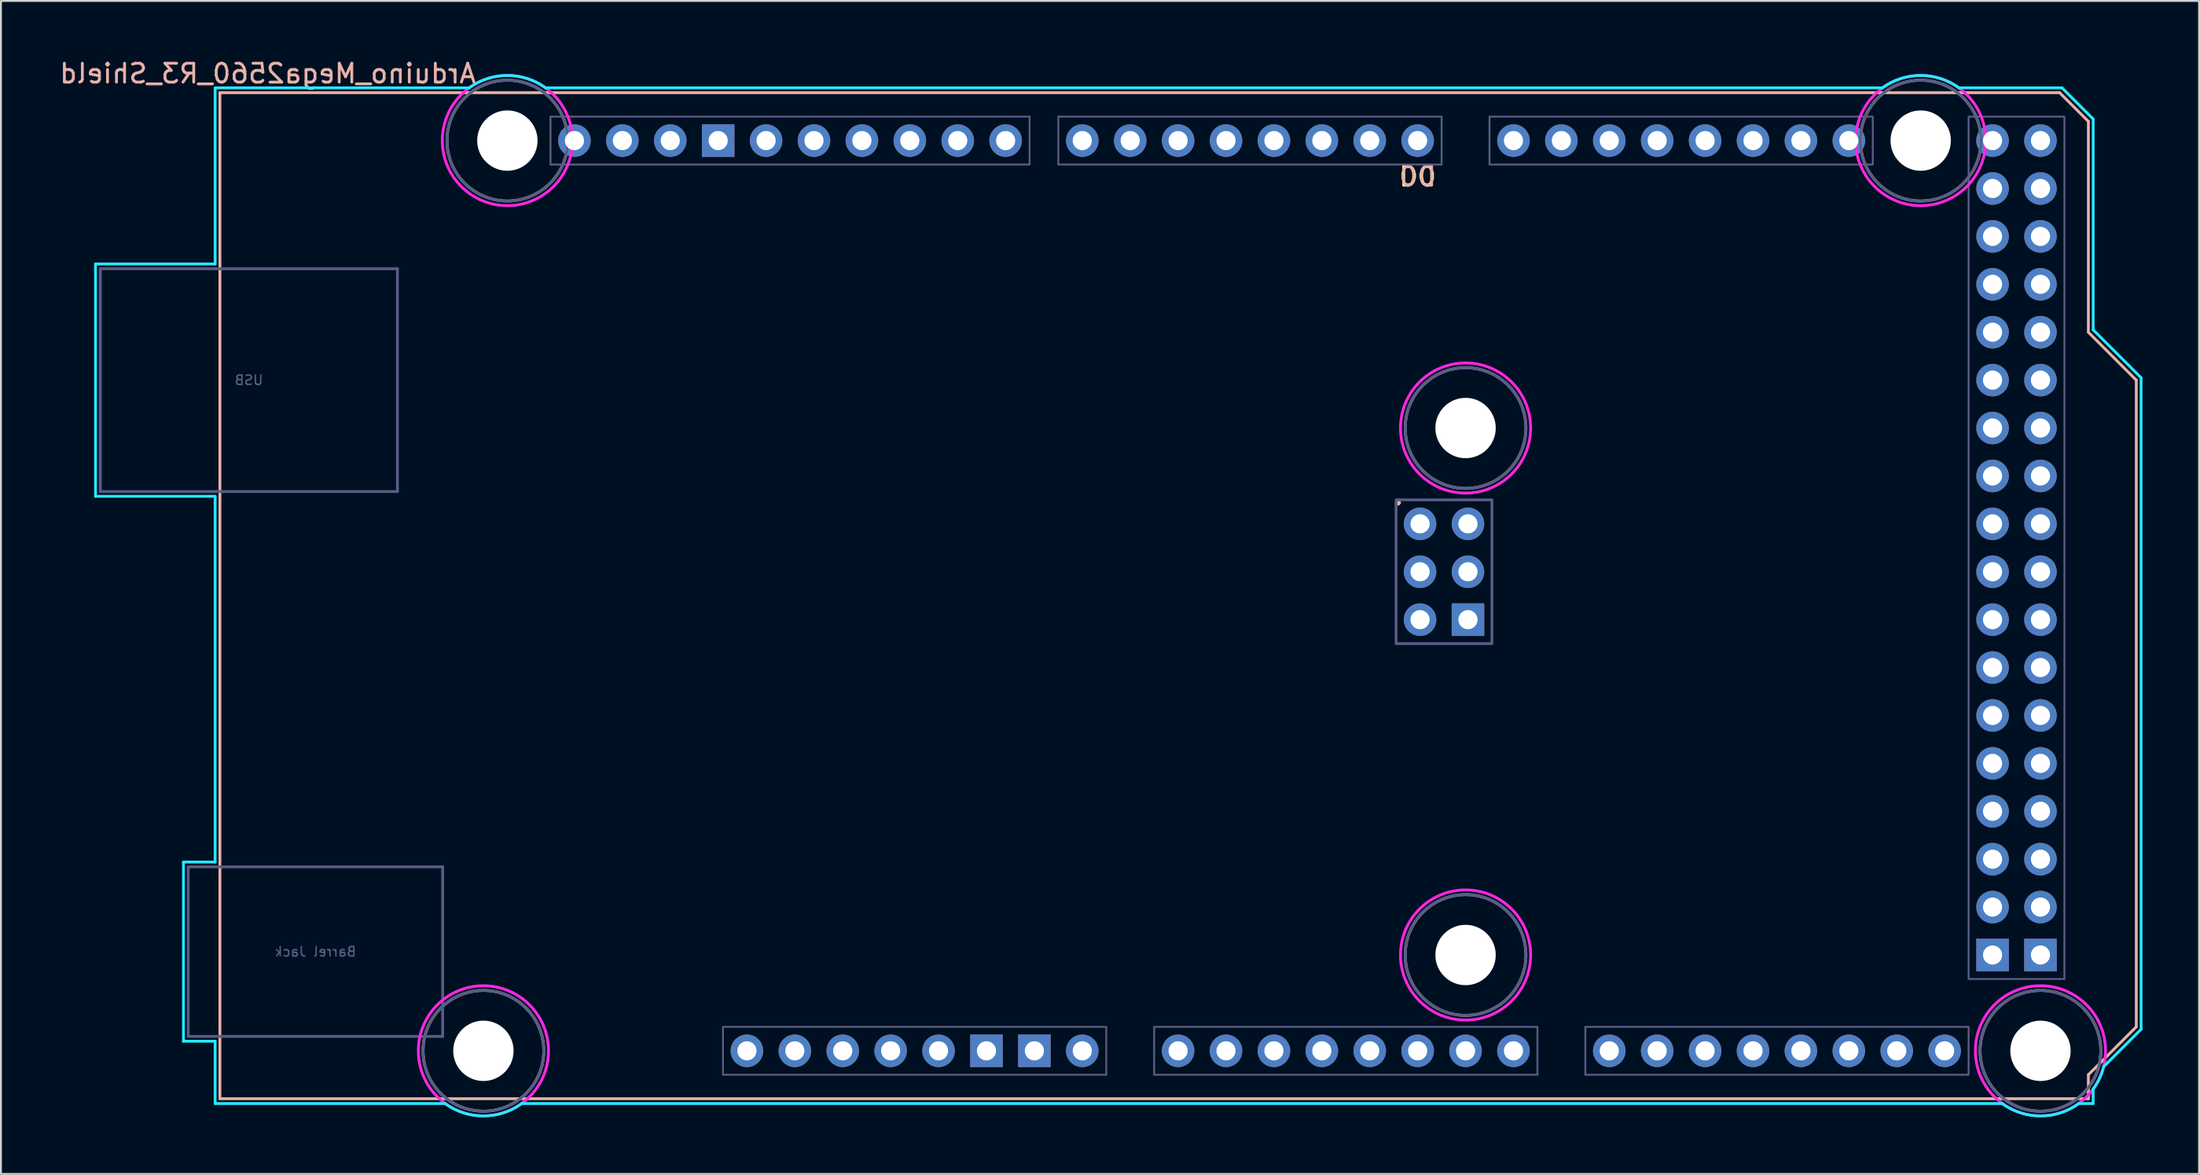
<source format=kicad_pcb>
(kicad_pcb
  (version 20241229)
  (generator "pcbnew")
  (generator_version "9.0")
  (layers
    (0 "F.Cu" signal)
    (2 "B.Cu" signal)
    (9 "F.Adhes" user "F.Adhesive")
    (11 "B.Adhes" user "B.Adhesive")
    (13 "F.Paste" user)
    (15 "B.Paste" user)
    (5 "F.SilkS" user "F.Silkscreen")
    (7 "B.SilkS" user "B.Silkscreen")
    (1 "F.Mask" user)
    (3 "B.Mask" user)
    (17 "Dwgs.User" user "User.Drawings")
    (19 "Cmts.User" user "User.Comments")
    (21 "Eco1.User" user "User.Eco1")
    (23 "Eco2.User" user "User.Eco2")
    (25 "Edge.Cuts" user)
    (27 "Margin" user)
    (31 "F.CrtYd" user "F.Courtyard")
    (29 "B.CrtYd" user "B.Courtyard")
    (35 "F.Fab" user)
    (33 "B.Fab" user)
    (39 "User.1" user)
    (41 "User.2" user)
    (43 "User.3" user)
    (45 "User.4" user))
  (footprint "Arduino_Mega2560_R3_Shield"
    (layer "F.Cu")
    (at 8.609 55.204)
    (property "Reference" "Arduino_Mega2560_R3_Shield" (at 2.54 -54.356 0) (layer "B.SilkS") (effects (font (size 1 1) (thickness 0.15)) (justify mirror)))
    (attr through_hole)
    (fp_line (start 0 -53.34) (end 0 0) (stroke (width 0.15) (type solid)) (layer "B.SilkS"))
    (fp_line (start 0 -53.34) (end 97.536 -53.34) (stroke (width 0.15) (type solid)) (layer "B.SilkS"))
    (fp_line (start 0 0) (end 99.06 0) (stroke (width 0.15) (type solid)) (layer "B.SilkS"))
    (fp_line (start 97.536 -53.34) (end 99.06 -51.816) (stroke (width 0.15) (type solid)) (layer "B.SilkS"))
    (fp_line (start 99.06 -40.64) (end 99.06 -51.816) (stroke (width 0.15) (type solid)) (layer "B.SilkS"))
    (fp_line (start 99.06 -1.27) (end 101.6 -3.81) (stroke (width 0.15) (type solid)) (layer "B.SilkS"))
    (fp_line (start 99.06 0) (end 99.06 -1.27) (stroke (width 0.15) (type solid)) (layer "B.SilkS"))
    (fp_line (start 101.6 -38.1) (end 99.06 -40.64) (stroke (width 0.15) (type solid)) (layer "B.SilkS"))
    (fp_line (start 101.6 -3.81) (end 101.6 -38.1) (stroke (width 0.15) (type solid)) (layer "B.SilkS"))
    (fp_line (start -6.594 -44.258) (end -0.254 -44.258) (stroke (width 0.15) (type solid)) (layer "B.CrtYd"))
    (fp_line (start -6.594 -31.94) (end -6.594 -44.258) (stroke (width 0.15) (type solid)) (layer "B.CrtYd"))
    (fp_line (start -1.934 -12.548) (end -1.934 -3.049) (stroke (width 0.15) (type solid)) (layer "B.CrtYd"))
    (fp_line (start -1.934 -12.548) (end -0.254 -12.548) (stroke (width 0.15) (type solid)) (layer "B.CrtYd"))
    (fp_line (start -1.934 -3.049) (end -0.254 -3.049) (stroke (width 0.15) (type solid)) (layer "B.CrtYd"))
    (fp_line (start -0.254 -53.594) (end -0.254 -44.258) (stroke (width 0.15) (type solid)) (layer "B.CrtYd"))
    (fp_line (start -0.254 -31.94) (end -6.594 -31.94) (stroke (width 0.15) (type solid)) (layer "B.CrtYd"))
    (fp_line (start -0.254 -31.94) (end -0.254 -12.548) (stroke (width 0.15) (type solid)) (layer "B.CrtYd"))
    (fp_line (start -0.254 -3.049) (end -0.254 0.254) (stroke (width 0.15) (type solid)) (layer "B.CrtYd"))
    (fp_line (start 11.938 0.254) (end -0.254 0.254) (stroke (width 0.15) (type solid)) (layer "B.CrtYd"))
    (fp_line (start 13.208 -53.594) (end -0.254 -53.594) (stroke (width 0.15) (type solid)) (layer "B.CrtYd"))
    (fp_line (start 16.002 0.254) (end 94.488 0.254) (stroke (width 0.15) (type solid)) (layer "B.CrtYd"))
    (fp_line (start 17.272 -53.594) (end 88.138 -53.594) (stroke (width 0.15) (type solid)) (layer "B.CrtYd"))
    (fp_line (start 97.663 -53.594) (end 92.202 -53.594) (stroke (width 0.15) (type solid)) (layer "B.CrtYd"))
    (fp_line (start 97.663 -53.594) (end 99.314 -51.943) (stroke (width 0.15) (type solid)) (layer "B.CrtYd"))
    (fp_line (start 99.314 -40.767) (end 99.314 -51.943) (stroke (width 0.15) (type solid)) (layer "B.CrtYd"))
    (fp_line (start 99.314 0.254) (end 98.552 0.254) (stroke (width 0.15) (type solid)) (layer "B.CrtYd"))
    (fp_line (start 99.314 0.254) (end 99.314 -0.508) (stroke (width 0.15) (type solid)) (layer "B.CrtYd"))
    (fp_line (start 99.873 -1.702) (end 101.854 -3.683) (stroke (width 0.15) (type solid)) (layer "B.CrtYd"))
    (fp_line (start 101.854 -38.227) (end 99.314 -40.767) (stroke (width 0.15) (type solid)) (layer "B.CrtYd"))
    (fp_line (start 101.854 -3.683) (end 101.854 -38.227) (stroke (width 0.15) (type solid)) (layer "B.CrtYd"))
    (fp_arc (start 13.208 -53.594) (mid 15.24 -54.254237) (end 17.272 -53.594) (stroke (width 0.15) (type solid)) (layer "B.CrtYd"))
    (fp_arc (start 16.002 0.254) (mid 13.97 0.914237) (end 11.938 0.254) (stroke (width 0.15) (type solid)) (layer "B.CrtYd"))
    (fp_arc (start 88.138 -53.594) (mid 90.17 -54.254237) (end 92.202 -53.594) (stroke (width 0.15) (type solid)) (layer "B.CrtYd"))
    (fp_arc (start 98.552 0.254) (mid 96.52 0.914237) (end 94.488 0.254) (stroke (width 0.15) (type solid)) (layer "B.CrtYd"))
    (fp_arc (start 99.8728 -1.7018) (mid 99.650925 -1.077973) (end 99.314 -0.508) (stroke (width 0.15) (type solid)) (layer "B.CrtYd"))
    (fp_circle (center 13.97 -2.54) (end 17.42 -2.54) (stroke (width 0.15) (type solid)) (fill no) (layer "F.CrtYd"))
    (fp_circle (center 15.24 -50.8) (end 18.69 -50.8) (stroke (width 0.15) (type solid)) (fill no) (layer "F.CrtYd"))
    (fp_circle (center 66.04 -35.56) (end 69.49 -35.56) (stroke (width 0.15) (type solid)) (fill no) (layer "F.CrtYd"))
    (fp_circle (center 66.04 -7.62) (end 69.49 -7.62) (stroke (width 0.15) (type solid)) (fill no) (layer "F.CrtYd"))
    (fp_circle (center 90.17 -50.8) (end 93.62 -50.8) (stroke (width 0.15) (type solid)) (fill no) (layer "F.CrtYd"))
    (fp_circle (center 96.52 -2.54) (end 99.97 -2.54) (stroke (width 0.15) (type solid)) (fill no) (layer "F.CrtYd"))
    (fp_line (start -6.34 -44.004) (end 9.41 -44.004) (stroke (width 0.15) (type solid)) (layer "B.Fab"))
    (fp_line (start -6.34 -32.194) (end -6.34 -44.004) (stroke (width 0.15) (type solid)) (layer "B.Fab"))
    (fp_line (start -6.34 -32.194) (end 9.41 -32.194) (stroke (width 0.15) (type solid)) (layer "B.Fab"))
    (fp_line (start -1.68 -12.294) (end -1.68 -3.303) (stroke (width 0.15) (type solid)) (layer "B.Fab"))
    (fp_line (start -1.68 -12.294) (end 11.81 -12.294) (stroke (width 0.15) (type solid)) (layer "B.Fab"))
    (fp_line (start -1.68 -3.303) (end 11.81 -3.303) (stroke (width 0.15) (type solid)) (layer "B.Fab"))
    (fp_line (start 9.41 -32.194) (end 9.41 -44.004) (stroke (width 0.15) (type solid)) (layer "B.Fab"))
    (fp_line (start 11.81 -12.294) (end 11.81 -3.303) (stroke (width 0.15) (type solid)) (layer "B.Fab"))
    (fp_rect (start 17.526 -52.07) (end 42.926 -49.53) (stroke (width 0.1) (type solid)) (fill no) (layer "B.Fab"))
    (fp_rect (start 26.67 -3.81) (end 46.99 -1.27) (stroke (width 0.1) (type solid)) (fill no) (layer "B.Fab"))
    (fp_rect (start 44.45 -52.07) (end 64.77 -49.53) (stroke (width 0.1) (type solid)) (fill no) (layer "B.Fab"))
    (fp_rect (start 49.53 -3.81) (end 69.85 -1.27) (stroke (width 0.1) (type solid)) (fill no) (layer "B.Fab"))
    (fp_rect (start 62.357 -31.75) (end 67.437 -24.13) (stroke (width 0.15) (type solid)) (fill no) (layer "B.Fab"))
    (fp_rect (start 67.31 -52.07) (end 87.63 -49.53) (stroke (width 0.1) (type solid)) (fill no) (layer "B.Fab"))
    (fp_rect (start 72.39 -3.81) (end 92.71 -1.27) (stroke (width 0.1) (type solid)) (fill no) (layer "B.Fab"))
    (fp_rect (start 92.71 -52.07) (end 97.79 -6.35) (stroke (width 0.1) (type solid)) (fill no) (layer "B.Fab"))
    (fp_circle (center 13.97 -2.54) (end 17.17 -2.54) (stroke (width 0.15) (type solid)) (fill no) (layer "B.Fab"))
    (fp_circle (center 15.24 -50.8) (end 18.44 -50.8) (stroke (width 0.15) (type solid)) (fill no) (layer "B.Fab"))
    (fp_circle (center 66.04 -35.56) (end 69.24 -35.56) (stroke (width 0.15) (type solid)) (fill no) (layer "B.Fab"))
    (fp_circle (center 66.04 -7.62) (end 69.24 -7.62) (stroke (width 0.15) (type solid)) (fill no) (layer "B.Fab"))
    (fp_circle (center 90.17 -50.8) (end 93.37 -50.8) (stroke (width 0.15) (type solid)) (fill no) (layer "B.Fab"))
    (fp_circle (center 96.52 -2.54) (end 99.72 -2.54) (stroke (width 0.15) (type solid)) (fill no) (layer "B.Fab"))
    (fp_circle (center 13.97 -2.54) (end 17.17 -2.54) (stroke (width 0.15) (type solid)) (fill no) (layer "F.Fab"))
    (fp_circle (center 15.24 -50.8) (end 18.44 -50.8) (stroke (width 0.15) (type solid)) (fill no) (layer "F.Fab"))
    (fp_circle (center 66.04 -35.56) (end 69.24 -35.56) (stroke (width 0.15) (type solid)) (fill no) (layer "F.Fab"))
    (fp_circle (center 66.04 -7.62) (end 69.24 -7.62) (stroke (width 0.15) (type solid)) (fill no) (layer "F.Fab"))
    (fp_circle (center 90.17 -50.8) (end 93.37 -50.8) (stroke (width 0.15) (type solid)) (fill no) (layer "F.Fab"))
    (fp_circle (center 96.52 -2.54) (end 99.72 -2.54) (stroke (width 0.15) (type solid)) (fill no) (layer "F.Fab"))
    (fp_text user "." (at 62.484 -32.004 0) (layer "F.SilkS") (effects (font (size 1 1) (thickness 0.15))))
    (fp_text user "D0" (at 63.5 -48.895 0) (unlocked yes) (layer "F.SilkS") (effects (font (size 1 1) (thickness 0.15))))
    (fp_text user "D0" (at 63.5 -48.895 0) (unlocked yes) (layer "B.SilkS") (effects (font (size 1 1) (thickness 0.15)) (justify mirror)))
    (fp_text user "." (at 62.484 -32.004 0) (layer "B.SilkS") (effects (font (size 1 1) (thickness 0.15))))
    (fp_text user "USB" (at 1.535 -38.099 0) (layer "B.Fab") (effects (font (size 0.5 0.5) (thickness 0.075)) (justify mirror)))
    (fp_text user "Barrel Jack" (at 5.065 -7.798 0) (layer "B.Fab") (effects (font (size 0.5 0.5) (thickness 0.075)) (justify mirror)))
    (pad "" np_thru_hole circle (at 13.97 -2.54) (size 3.2 3.2) (drill 3.2) (layers "*.Cu" "*.Mask"))
    (pad "" np_thru_hole circle (at 15.24 -50.8) (size 3.2 3.2) (drill 3.2) (layers "*.Cu" "*.Mask"))
    (pad "" thru_hole oval (at 27.94 -2.54) (size 1.727 1.727) (drill 1.016) (layers "*.Cu" "*.Mask"))
    (pad "" np_thru_hole circle (at 66.04 -35.56) (size 3.2 3.2) (drill 3.2) (layers "*.Cu" "*.Mask"))
    (pad "" np_thru_hole circle (at 66.04 -7.62) (size 3.2 3.2) (drill 3.2) (layers "*.Cu" "*.Mask"))
    (pad "" np_thru_hole circle (at 90.17 -50.8) (size 3.2 3.2) (drill 3.2) (layers "*.Cu" "*.Mask"))
    (pad "" np_thru_hole circle (at 96.52 -2.54) (size 3.2 3.2) (drill 3.2) (layers "*.Cu" "*.Mask"))
    (pad "3V3" thru_hole oval (at 35.56 -2.54) (size 1.727 1.727) (drill 1.016) (layers "*.Cu" "*.Mask"))
    (pad "5V1" thru_hole oval (at 38.1 -2.54) (size 1.727 1.727) (drill 1.016) (layers "*.Cu" "*.Mask"))
    (pad "5V2" thru_hole oval (at 66.167 -30.48) (size 1.727 1.727) (drill 1.016) (layers "*.Cu" "*.Mask"))
    (pad "5V3" thru_hole oval (at 93.98 -50.8) (size 1.727 1.727) (drill 1.016) (layers "*.Cu" "*.Mask"))
    (pad "5V4" thru_hole oval (at 96.52 -50.8) (size 1.727 1.727) (drill 1.016) (layers "*.Cu" "*.Mask"))
    (pad "A0" thru_hole oval (at 50.8 -2.54) (size 1.727 1.727) (drill 1.016) (layers "*.Cu" "*.Mask"))
    (pad "A1" thru_hole oval (at 53.34 -2.54) (size 1.727 1.727) (drill 1.016) (layers "*.Cu" "*.Mask"))
    (pad "A2" thru_hole oval (at 55.88 -2.54) (size 1.727 1.727) (drill 1.016) (layers "*.Cu" "*.Mask"))
    (pad "A3" thru_hole oval (at 58.42 -2.54) (size 1.727 1.727) (drill 1.016) (layers "*.Cu" "*.Mask"))
    (pad "A4" thru_hole oval (at 60.96 -2.54) (size 1.727 1.727) (drill 1.016) (layers "*.Cu" "*.Mask"))
    (pad "A5" thru_hole oval (at 63.5 -2.54) (size 1.727 1.727) (drill 1.016) (layers "*.Cu" "*.Mask"))
    (pad "A6" thru_hole oval (at 66.04 -2.54) (size 1.727 1.727) (drill 1.016) (layers "*.Cu" "*.Mask"))
    (pad "A7" thru_hole oval (at 68.58 -2.54) (size 1.727 1.727) (drill 1.016) (layers "*.Cu" "*.Mask"))
    (pad "A8" thru_hole oval (at 73.66 -2.54) (size 1.727 1.727) (drill 1.016) (layers "*.Cu" "*.Mask"))
    (pad "A9" thru_hole oval (at 76.2 -2.54) (size 1.727 1.727) (drill 1.016) (layers "*.Cu" "*.Mask"))
    (pad "A10" thru_hole oval (at 78.74 -2.54) (size 1.727 1.727) (drill 1.016) (layers "*.Cu" "*.Mask"))
    (pad "A11" thru_hole oval (at 81.28 -2.54) (size 1.727 1.727) (drill 1.016) (layers "*.Cu" "*.Mask"))
    (pad "A12" thru_hole oval (at 83.82 -2.54) (size 1.727 1.727) (drill 1.016) (layers "*.Cu" "*.Mask"))
    (pad "A13" thru_hole oval (at 86.36 -2.54) (size 1.727 1.727) (drill 1.016) (layers "*.Cu" "*.Mask"))
    (pad "A14" thru_hole oval (at 88.9 -2.54) (size 1.727 1.727) (drill 1.016) (layers "*.Cu" "*.Mask"))
    (pad "A15" thru_hole oval (at 91.44 -2.54) (size 1.727 1.727) (drill 1.016) (layers "*.Cu" "*.Mask"))
    (pad "AREF" thru_hole oval (at 23.876 -50.8) (size 1.727 1.727) (drill 1.016) (layers "*.Cu" "*.Mask"))
    (pad "D0" thru_hole oval (at 63.5 -50.8) (size 1.727 1.727) (drill 1.016) (layers "*.Cu" "*.Mask"))
    (pad "D1" thru_hole oval (at 60.96 -50.8) (size 1.727 1.727) (drill 1.016) (layers "*.Cu" "*.Mask"))
    (pad "D2" thru_hole oval (at 58.42 -50.8) (size 1.727 1.727) (drill 1.016) (layers "*.Cu" "*.Mask"))
    (pad "D3" thru_hole oval (at 55.88 -50.8) (size 1.727 1.727) (drill 1.016) (layers "*.Cu" "*.Mask"))
    (pad "D4" thru_hole oval (at 53.34 -50.8) (size 1.727 1.727) (drill 1.016) (layers "*.Cu" "*.Mask"))
    (pad "D5" thru_hole oval (at 50.8 -50.8) (size 1.727 1.727) (drill 1.016) (layers "*.Cu" "*.Mask"))
    (pad "D6" thru_hole oval (at 48.26 -50.8) (size 1.727 1.727) (drill 1.016) (layers "*.Cu" "*.Mask"))
    (pad "D7" thru_hole oval (at 45.72 -50.8) (size 1.727 1.727) (drill 1.016) (layers "*.Cu" "*.Mask"))
    (pad "D8" thru_hole oval (at 41.656 -50.8) (size 1.727 1.727) (drill 1.016) (layers "*.Cu" "*.Mask"))
    (pad "D9" thru_hole oval (at 39.116 -50.8) (size 1.727 1.727) (drill 1.016) (layers "*.Cu" "*.Mask"))
    (pad "D10" thru_hole oval (at 36.576 -50.8) (size 1.727 1.727) (drill 1.016) (layers "*.Cu" "*.Mask"))
    (pad "D11" thru_hole oval (at 34.036 -50.8) (size 1.727 1.727) (drill 1.016) (layers "*.Cu" "*.Mask"))
    (pad "D12" thru_hole oval (at 31.496 -50.8) (size 1.727 1.727) (drill 1.016) (layers "*.Cu" "*.Mask"))
    (pad "D13" thru_hole oval (at 28.956 -50.8) (size 1.727 1.727) (drill 1.016) (layers "*.Cu" "*.Mask"))
    (pad "D14" thru_hole oval (at 68.58 -50.8) (size 1.727 1.727) (drill 1.016) (layers "*.Cu" "*.Mask"))
    (pad "D15" thru_hole oval (at 71.12 -50.8) (size 1.727 1.727) (drill 1.016) (layers "*.Cu" "*.Mask"))
    (pad "D16" thru_hole oval (at 73.66 -50.8) (size 1.727 1.727) (drill 1.016) (layers "*.Cu" "*.Mask"))
    (pad "D17" thru_hole oval (at 76.2 -50.8) (size 1.727 1.727) (drill 1.016) (layers "*.Cu" "*.Mask"))
    (pad "D18" thru_hole oval (at 78.74 -50.8) (size 1.727 1.727) (drill 1.016) (layers "*.Cu" "*.Mask"))
    (pad "D19" thru_hole oval (at 81.28 -50.8) (size 1.727 1.727) (drill 1.016) (layers "*.Cu" "*.Mask"))
    (pad "D20" thru_hole oval (at 83.82 -50.8) (size 1.727 1.727) (drill 1.016) (layers "*.Cu" "*.Mask"))
    (pad "D21" thru_hole oval (at 86.36 -50.8) (size 1.727 1.727) (drill 1.016) (layers "*.Cu" "*.Mask"))
    (pad "D22" thru_hole oval (at 93.98 -48.26) (size 1.727 1.727) (drill 1.016) (layers "*.Cu" "*.Mask"))
    (pad "D23" thru_hole oval (at 96.52 -48.26) (size 1.727 1.727) (drill 1.016) (layers "*.Cu" "*.Mask"))
    (pad "D24" thru_hole oval (at 93.98 -45.72) (size 1.727 1.727) (drill 1.016) (layers "*.Cu" "*.Mask"))
    (pad "D25" thru_hole oval (at 96.52 -45.72) (size 1.727 1.727) (drill 1.016) (layers "*.Cu" "*.Mask"))
    (pad "D26" thru_hole oval (at 93.98 -43.18) (size 1.727 1.727) (drill 1.016) (layers "*.Cu" "*.Mask"))
    (pad "D27" thru_hole oval (at 96.52 -43.18) (size 1.727 1.727) (drill 1.016) (layers "*.Cu" "*.Mask"))
    (pad "D28" thru_hole oval (at 93.98 -40.64) (size 1.727 1.727) (drill 1.016) (layers "*.Cu" "*.Mask"))
    (pad "D29" thru_hole oval (at 96.52 -40.64) (size 1.727 1.727) (drill 1.016) (layers "*.Cu" "*.Mask"))
    (pad "D30" thru_hole oval (at 93.98 -38.1) (size 1.727 1.727) (drill 1.016) (layers "*.Cu" "*.Mask"))
    (pad "D31" thru_hole oval (at 96.52 -38.1) (size 1.727 1.727) (drill 1.016) (layers "*.Cu" "*.Mask"))
    (pad "D32" thru_hole oval (at 93.98 -35.56) (size 1.727 1.727) (drill 1.016) (layers "*.Cu" "*.Mask"))
    (pad "D33" thru_hole oval (at 96.52 -35.56) (size 1.727 1.727) (drill 1.016) (layers "*.Cu" "*.Mask"))
    (pad "D34" thru_hole oval (at 93.98 -33.02) (size 1.727 1.727) (drill 1.016) (layers "*.Cu" "*.Mask"))
    (pad "D35" thru_hole oval (at 96.52 -33.02) (size 1.727 1.727) (drill 1.016) (layers "*.Cu" "*.Mask"))
    (pad "D36" thru_hole oval (at 93.98 -30.48) (size 1.727 1.727) (drill 1.016) (layers "*.Cu" "*.Mask"))
    (pad "D37" thru_hole oval (at 96.52 -30.48) (size 1.727 1.727) (drill 1.016) (layers "*.Cu" "*.Mask"))
    (pad "D38" thru_hole oval (at 93.98 -27.94) (size 1.727 1.727) (drill 1.016) (layers "*.Cu" "*.Mask"))
    (pad "D39" thru_hole oval (at 96.52 -27.94) (size 1.727 1.727) (drill 1.016) (layers "*.Cu" "*.Mask"))
    (pad "D40" thru_hole oval (at 93.98 -25.4) (size 1.727 1.727) (drill 1.016) (layers "*.Cu" "*.Mask"))
    (pad "D41" thru_hole oval (at 96.52 -25.4) (size 1.727 1.727) (drill 1.016) (layers "*.Cu" "*.Mask"))
    (pad "D42" thru_hole oval (at 93.98 -22.86) (size 1.727 1.727) (drill 1.016) (layers "*.Cu" "*.Mask"))
    (pad "D43" thru_hole oval (at 96.52 -22.86) (size 1.727 1.727) (drill 1.016) (layers "*.Cu" "*.Mask"))
    (pad "D44" thru_hole oval (at 93.98 -20.32) (size 1.727 1.727) (drill 1.016) (layers "*.Cu" "*.Mask"))
    (pad "D45" thru_hole oval (at 96.52 -20.32) (size 1.727 1.727) (drill 1.016) (layers "*.Cu" "*.Mask"))
    (pad "D46" thru_hole oval (at 93.98 -17.78) (size 1.727 1.727) (drill 1.016) (layers "*.Cu" "*.Mask"))
    (pad "D47" thru_hole oval (at 96.52 -17.78) (size 1.727 1.727) (drill 1.016) (layers "*.Cu" "*.Mask"))
    (pad "D48" thru_hole oval (at 93.98 -15.24) (size 1.727 1.727) (drill 1.016) (layers "*.Cu" "*.Mask"))
    (pad "D49" thru_hole oval (at 96.52 -15.24) (size 1.727 1.727) (drill 1.016) (layers "*.Cu" "*.Mask"))
    (pad "D50" thru_hole oval (at 93.98 -12.7) (size 1.727 1.727) (drill 1.016) (layers "*.Cu" "*.Mask"))
    (pad "D51" thru_hole oval (at 96.52 -12.7) (size 1.727 1.727) (drill 1.016) (layers "*.Cu" "*.Mask"))
    (pad "D52" thru_hole oval (at 93.98 -10.16) (size 1.727 1.727) (drill 1.016) (layers "*.Cu" "*.Mask"))
    (pad "D53" thru_hole oval (at 96.52 -10.16) (size 1.727 1.727) (drill 1.016) (layers "*.Cu" "*.Mask"))
    (pad "GND1" thru_hole rect (at 26.416 -50.8) (size 1.727 1.727) (drill 1.016) (layers "*.Cu" "*.Mask"))
    (pad "GND2" thru_hole rect (at 40.64 -2.54) (size 1.727 1.727) (drill 1.016) (layers "*.Cu" "*.Mask"))
    (pad "GND3" thru_hole rect (at 43.18 -2.54) (size 1.727 1.727) (drill 1.016) (layers "*.Cu" "*.Mask"))
    (pad "GND4" thru_hole rect (at 66.167 -25.4) (size 1.727 1.727) (drill 1.016) (layers "*.Cu" "*.Mask"))
    (pad "GND5" thru_hole rect (at 93.98 -7.62) (size 1.727 1.727) (drill 1.016) (layers "*.Cu" "*.Mask"))
    (pad "GND6" thru_hole rect (at 96.52 -7.62) (size 1.727 1.727) (drill 1.016) (layers "*.Cu" "*.Mask"))
    (pad "IORF" thru_hole oval (at 30.48 -2.54) (size 1.727 1.727) (drill 1.016) (layers "*.Cu" "*.Mask"))
    (pad "MISO" thru_hole oval (at 63.627 -30.48) (size 1.727 1.727) (drill 1.016) (layers "*.Cu" "*.Mask"))
    (pad "MOSI" thru_hole oval (at 66.167 -27.94) (size 1.727 1.727) (drill 1.016) (layers "*.Cu" "*.Mask"))
    (pad "RST1" thru_hole oval (at 33.02 -2.54) (size 1.727 1.727) (drill 1.016) (layers "*.Cu" "*.Mask"))
    (pad "RST2" thru_hole oval (at 63.627 -25.4) (size 1.727 1.727) (drill 1.016) (layers "*.Cu" "*.Mask"))
    (pad "SCK" thru_hole oval (at 63.627 -27.94) (size 1.727 1.727) (drill 1.016) (layers "*.Cu" "*.Mask"))
    (pad "SCL" thru_hole oval (at 18.796 -50.8) (size 1.727 1.727) (drill 1.016) (layers "*.Cu" "*.Mask"))
    (pad "SDA" thru_hole oval (at 21.336 -50.8) (size 1.727 1.727) (drill 1.016) (layers "*.Cu" "*.Mask"))
    (pad "VIN" thru_hole oval (at 45.72 -2.54) (size 1.727 1.727) (drill 1.016) (layers "*.Cu" "*.Mask")))
  (gr_rect
    (start -3 -3)
    (end 113.538 59.193)
    (stroke (width 0.1) (type default))
    (fill no)
    (layer "Edge.Cuts")))
</source>
